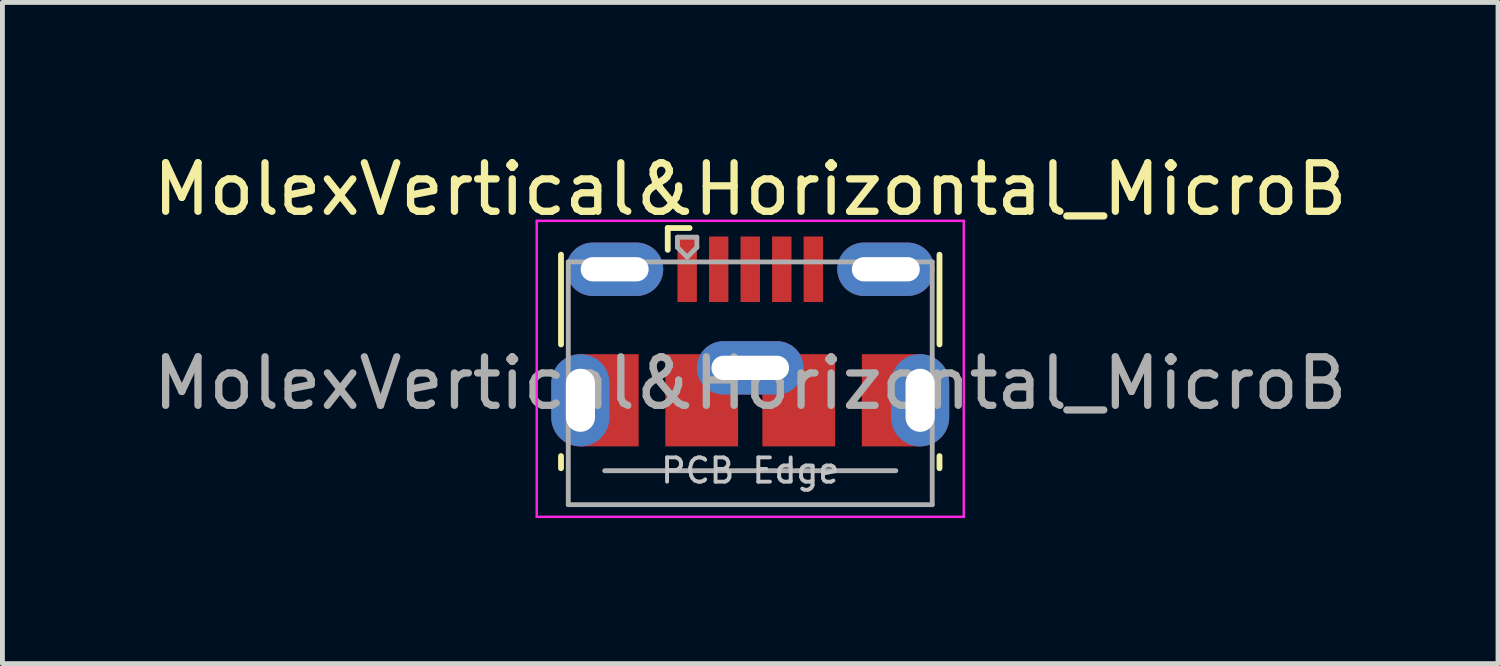
<source format=kicad_pcb>
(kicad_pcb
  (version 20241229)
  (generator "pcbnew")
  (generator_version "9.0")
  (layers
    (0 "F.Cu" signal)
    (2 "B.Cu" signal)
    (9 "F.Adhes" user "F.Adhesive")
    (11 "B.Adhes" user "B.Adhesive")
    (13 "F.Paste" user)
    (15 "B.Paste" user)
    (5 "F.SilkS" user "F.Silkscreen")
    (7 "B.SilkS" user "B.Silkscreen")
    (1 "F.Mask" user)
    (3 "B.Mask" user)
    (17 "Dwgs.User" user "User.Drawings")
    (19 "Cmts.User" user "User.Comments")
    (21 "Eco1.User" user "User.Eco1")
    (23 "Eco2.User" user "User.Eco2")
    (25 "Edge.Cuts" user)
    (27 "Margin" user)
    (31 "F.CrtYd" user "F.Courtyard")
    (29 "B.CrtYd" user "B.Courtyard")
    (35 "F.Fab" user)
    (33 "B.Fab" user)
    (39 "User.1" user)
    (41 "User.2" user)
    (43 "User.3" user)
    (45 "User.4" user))
  (footprint "MolexVertical&Horizontal_MicroB"
    (layer "F.Cu")
    (at 12.411 3.961)
    (property "Reference" "MolexVertical&Horizontal_MicroB" (at 0 -3.112 0) (layer "F.SilkS") (effects (font (size 1 1) (thickness 0.15))))
    (attr smd)
    (fp_line (start -3.9 0.087) (end -3.9 -1.762) (stroke (width 0.12) (type solid)) (layer "F.SilkS"))
    (fp_line (start -3.9 2.638) (end -3.9 2.388) (stroke (width 0.12) (type solid)) (layer "F.SilkS"))
    (fp_line (start -1.7 -2.312) (end -1.7 -1.863) (stroke (width 0.12) (type solid)) (layer "F.SilkS"))
    (fp_line (start -1.7 -2.312) (end -1.25 -2.312) (stroke (width 0.12) (type solid)) (layer "F.SilkS"))
    (fp_line (start 3.9 0.087) (end 3.9 -1.762) (stroke (width 0.12) (type solid)) (layer "F.SilkS"))
    (fp_line (start 3.9 2.638) (end 3.9 2.388) (stroke (width 0.12) (type solid)) (layer "F.SilkS"))
    (fp_line (start -4.4 -2.46) (end 4.4 -2.46) (stroke (width 0.05) (type solid)) (layer "F.CrtYd"))
    (fp_line (start -4.4 3.64) (end -4.4 -2.46) (stroke (width 0.05) (type solid)) (layer "F.CrtYd"))
    (fp_line (start -4.4 3.64) (end 4.4 3.64) (stroke (width 0.05) (type solid)) (layer "F.CrtYd"))
    (fp_line (start 4.4 -2.46) (end 4.4 3.64) (stroke (width 0.05) (type solid)) (layer "F.CrtYd"))
    (fp_line (start -3.75 -1.613) (end 3.75 -1.613) (stroke (width 0.1) (type solid)) (layer "F.Fab"))
    (fp_line (start -3.75 3.388) (end -3.75 -1.613) (stroke (width 0.1) (type solid)) (layer "F.Fab"))
    (fp_line (start -3.75 3.389) (end 3.75 3.389) (stroke (width 0.1) (type solid)) (layer "F.Fab"))
    (fp_line (start -3 2.689) (end 3 2.689) (stroke (width 0.1) (type solid)) (layer "F.Fab"))
    (fp_line (start -1.5 -2.123) (end -1.5 -1.913) (stroke (width 0.1) (type solid)) (layer "F.Fab"))
    (fp_line (start -1.5 -2.123) (end -1.1 -2.123) (stroke (width 0.1) (type solid)) (layer "F.Fab"))
    (fp_line (start -1.3 -1.712) (end -1.5 -1.913) (stroke (width 0.1) (type solid)) (layer "F.Fab"))
    (fp_line (start -1.1 -2.123) (end -1.1 -1.913) (stroke (width 0.1) (type solid)) (layer "F.Fab"))
    (fp_line (start -1.1 -1.913) (end -1.3 -1.712) (stroke (width 0.1) (type solid)) (layer "F.Fab"))
    (fp_line (start 3.75 3.388) (end 3.75 -1.613) (stroke (width 0.1) (type solid)) (layer "F.Fab"))
    (fp_text user "PCB Edge" (at 0 2.688 0) (layer "Dwgs.User") (effects (font (size 0.5 0.5) (thickness 0.08))))
    (fp_text user "${REFERENCE}" (at 0 0.887 0) (layer "F.Fab") (effects (font (size 1 1) (thickness 0.15))))
    (pad "1" smd rect (at -1.3 -1.462) (size 0.4 1.35) (layers "F.Cu" "F.Mask" "F.Paste"))
    (pad "2" smd rect (at -0.65 -1.462) (size 0.4 1.35) (layers "F.Cu" "F.Mask" "F.Paste"))
    (pad "3" smd rect (at 0 -1.462) (size 0.4 1.35) (layers "F.Cu" "F.Mask" "F.Paste"))
    (pad "4" smd rect (at 0.65 -1.462) (size 0.4 1.35) (layers "F.Cu" "F.Mask" "F.Paste"))
    (pad "5" smd rect (at 1.3 -1.462) (size 0.4 1.35) (layers "F.Cu" "F.Mask" "F.Paste"))
    (pad "6" thru_hole oval (at -3.5 1.238 180) (size 1.2 1.9) (drill oval 0.6 1.3) (layers "*.Cu" "*.Mask"))
    (pad "6" smd rect (at -2.9 1.238) (size 1.2 1.9) (layers "F.Cu" "F.Mask"))
    (pad "6" thru_hole oval (at -2.794 -1.462) (size 2 1.1) (drill oval 1.4 0.5) (layers "*.Cu" "*.Mask"))
    (pad "6" smd rect (at -1 1.238) (size 1.5 1.9) (layers "F.Cu" "F.Mask" "F.Paste"))
    (pad "6" thru_hole oval (at 0 0.57) (size 2.2 1.1) (drill oval 1.6 0.5) (layers "*.Cu" "*.Mask"))
    (pad "6" smd rect (at 1 1.238) (size 1.5 1.9) (layers "F.Cu" "F.Mask" "F.Paste"))
    (pad "6" thru_hole oval (at 2.794 -1.462) (size 2 1.1) (drill oval 1.4 0.5) (layers "*.Cu" "*.Mask"))
    (pad "6" smd rect (at 2.9 1.238) (size 1.2 1.9) (layers "F.Cu" "F.Mask"))
    (pad "6" thru_hole oval (at 3.5 1.238) (size 1.2 1.9) (drill oval 0.6 1.3) (layers "*.Cu" "*.Mask")))
  (gr_rect
    (start -3 -3)
    (end 27.821 10.626)
    (stroke (width 0.1) (type default))
    (fill no)
    (layer "Edge.Cuts")))
</source>
